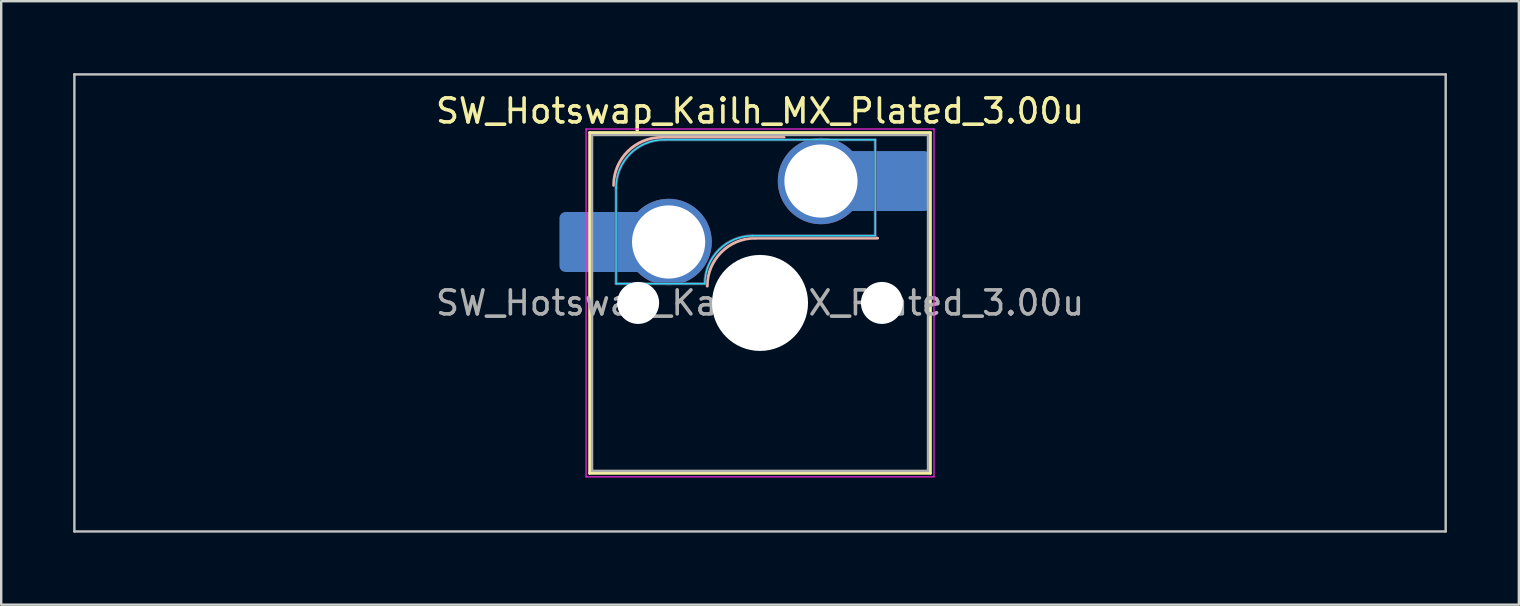
<source format=kicad_pcb>
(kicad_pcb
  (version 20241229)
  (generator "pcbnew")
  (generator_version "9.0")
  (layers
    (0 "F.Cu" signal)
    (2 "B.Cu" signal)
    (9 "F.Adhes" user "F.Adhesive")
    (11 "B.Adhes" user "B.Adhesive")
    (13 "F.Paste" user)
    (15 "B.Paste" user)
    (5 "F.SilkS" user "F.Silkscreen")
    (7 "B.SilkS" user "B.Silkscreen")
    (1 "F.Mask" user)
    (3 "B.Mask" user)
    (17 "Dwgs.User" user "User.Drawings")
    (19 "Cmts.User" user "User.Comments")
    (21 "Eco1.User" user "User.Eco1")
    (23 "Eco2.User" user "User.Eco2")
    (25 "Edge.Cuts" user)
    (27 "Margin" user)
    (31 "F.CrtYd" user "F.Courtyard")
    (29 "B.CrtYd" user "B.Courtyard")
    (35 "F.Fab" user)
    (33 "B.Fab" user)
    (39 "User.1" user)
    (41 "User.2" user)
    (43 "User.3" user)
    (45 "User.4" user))
  (footprint "SW_Hotswap_Kailh_MX_Plated_3.00u"
    (layer "F.Cu")
    (at 28.625 9.575)
    (property "Reference" "SW_Hotswap_Kailh_MX_Plated_3.00u" (at 0 -8 0) (layer "F.SilkS") (effects (font (size 1 1) (thickness 0.15))))
    (attr smd)
    (fp_line (start -7.1 -7.1) (end -7.1 7.1) (stroke (width 0.12) (type solid)) (layer "F.SilkS"))
    (fp_line (start -7.1 7.1) (end 7.1 7.1) (stroke (width 0.12) (type solid)) (layer "F.SilkS"))
    (fp_line (start 7.1 -7.1) (end -7.1 -7.1) (stroke (width 0.12) (type solid)) (layer "F.SilkS"))
    (fp_line (start 7.1 7.1) (end 7.1 -7.1) (stroke (width 0.12) (type solid)) (layer "F.SilkS"))
    (fp_line (start -4.1 -6.9) (end 1 -6.9) (stroke (width 0.12) (type solid)) (layer "B.SilkS"))
    (fp_line (start -0.2 -2.7) (end 4.9 -2.7) (stroke (width 0.12) (type solid)) (layer "B.SilkS"))
    (fp_arc (start -6.1 -4.9) (mid -5.514214 -6.314214) (end -4.1 -6.9) (stroke (width 0.12) (type solid)) (layer "B.SilkS"))
    (fp_arc (start -2.2 -0.7) (mid -1.614214 -2.114214) (end -0.2 -2.7) (stroke (width 0.12) (type solid)) (layer "B.SilkS"))
    (fp_line (start -28.575 -9.525) (end -28.575 9.525) (stroke (width 0.1) (type solid)) (layer "Dwgs.User"))
    (fp_line (start -28.575 9.525) (end 28.575 9.525) (stroke (width 0.1) (type solid)) (layer "Dwgs.User"))
    (fp_line (start 28.575 -9.525) (end -28.575 -9.525) (stroke (width 0.1) (type solid)) (layer "Dwgs.User"))
    (fp_line (start 28.575 9.525) (end 28.575 -9.525) (stroke (width 0.1) (type solid)) (layer "Dwgs.User"))
    (fp_line (start -7.8 -6) (end -7 -6) (stroke (width 0.1) (type solid)) (layer "Eco1.User"))
    (fp_line (start -7.8 -2.9) (end -7.8 -6) (stroke (width 0.1) (type solid)) (layer "Eco1.User"))
    (fp_line (start -7.8 2.9) (end -7 2.9) (stroke (width 0.1) (type solid)) (layer "Eco1.User"))
    (fp_line (start -7.8 6) (end -7.8 2.9) (stroke (width 0.1) (type solid)) (layer "Eco1.User"))
    (fp_line (start -7 -7) (end 7 -7) (stroke (width 0.1) (type solid)) (layer "Eco1.User"))
    (fp_line (start -7 -6) (end -7 -7) (stroke (width 0.1) (type solid)) (layer "Eco1.User"))
    (fp_line (start -7 -2.9) (end -7.8 -2.9) (stroke (width 0.1) (type solid)) (layer "Eco1.User"))
    (fp_line (start -7 2.9) (end -7 -2.9) (stroke (width 0.1) (type solid)) (layer "Eco1.User"))
    (fp_line (start -7 6) (end -7.8 6) (stroke (width 0.1) (type solid)) (layer "Eco1.User"))
    (fp_line (start -7 7) (end -7 6) (stroke (width 0.1) (type solid)) (layer "Eco1.User"))
    (fp_line (start 7 -7) (end 7 -6) (stroke (width 0.1) (type solid)) (layer "Eco1.User"))
    (fp_line (start 7 -6) (end 7.8 -6) (stroke (width 0.1) (type solid)) (layer "Eco1.User"))
    (fp_line (start 7 -2.9) (end 7 2.9) (stroke (width 0.1) (type solid)) (layer "Eco1.User"))
    (fp_line (start 7 2.9) (end 7.8 2.9) (stroke (width 0.1) (type solid)) (layer "Eco1.User"))
    (fp_line (start 7 6) (end 7 7) (stroke (width 0.1) (type solid)) (layer "Eco1.User"))
    (fp_line (start 7 7) (end -7 7) (stroke (width 0.1) (type solid)) (layer "Eco1.User"))
    (fp_line (start 7.8 -6) (end 7.8 -2.9) (stroke (width 0.1) (type solid)) (layer "Eco1.User"))
    (fp_line (start 7.8 -2.9) (end 7 -2.9) (stroke (width 0.1) (type solid)) (layer "Eco1.User"))
    (fp_line (start 7.8 2.9) (end 7.8 6) (stroke (width 0.1) (type solid)) (layer "Eco1.User"))
    (fp_line (start 7.8 6) (end 7 6) (stroke (width 0.1) (type solid)) (layer "Eco1.User"))
    (fp_line (start -6 -0.8) (end -6 -4.8) (stroke (width 0.05) (type solid)) (layer "B.CrtYd"))
    (fp_line (start -6 -0.8) (end -2.3 -0.8) (stroke (width 0.05) (type solid)) (layer "B.CrtYd"))
    (fp_line (start -4 -6.8) (end 4.8 -6.8) (stroke (width 0.05) (type solid)) (layer "B.CrtYd"))
    (fp_line (start -0.3 -2.8) (end 4.8 -2.8) (stroke (width 0.05) (type solid)) (layer "B.CrtYd"))
    (fp_line (start 4.8 -6.8) (end 4.8 -2.8) (stroke (width 0.05) (type solid)) (layer "B.CrtYd"))
    (fp_arc (start -6 -4.8) (mid -5.414214 -6.214214) (end -4 -6.8) (stroke (width 0.05) (type solid)) (layer "B.CrtYd"))
    (fp_arc (start -2.3 -0.8) (mid -1.714214 -2.214214) (end -0.3 -2.8) (stroke (width 0.05) (type solid)) (layer "B.CrtYd"))
    (fp_line (start -7.25 -7.25) (end -7.25 7.25) (stroke (width 0.05) (type solid)) (layer "F.CrtYd"))
    (fp_line (start -7.25 7.25) (end 7.25 7.25) (stroke (width 0.05) (type solid)) (layer "F.CrtYd"))
    (fp_line (start 7.25 -7.25) (end -7.25 -7.25) (stroke (width 0.05) (type solid)) (layer "F.CrtYd"))
    (fp_line (start 7.25 7.25) (end 7.25 -7.25) (stroke (width 0.05) (type solid)) (layer "F.CrtYd"))
    (fp_line (start -6 -0.8) (end -6 -4.8) (stroke (width 0.12) (type solid)) (layer "B.Fab"))
    (fp_line (start -6 -0.8) (end -2.3 -0.8) (stroke (width 0.12) (type solid)) (layer "B.Fab"))
    (fp_line (start -4 -6.8) (end 4.8 -6.8) (stroke (width 0.12) (type solid)) (layer "B.Fab"))
    (fp_line (start -0.3 -2.8) (end 4.8 -2.8) (stroke (width 0.12) (type solid)) (layer "B.Fab"))
    (fp_line (start 4.8 -6.8) (end 4.8 -2.8) (stroke (width 0.12) (type solid)) (layer "B.Fab"))
    (fp_arc (start -6 -4.8) (mid -5.414214 -6.214214) (end -4 -6.8) (stroke (width 0.12) (type solid)) (layer "B.Fab"))
    (fp_arc (start -2.3 -0.8) (mid -1.714214 -2.214214) (end -0.3 -2.8) (stroke (width 0.12) (type solid)) (layer "B.Fab"))
    (fp_line (start -7 -7) (end -7 7) (stroke (width 0.1) (type solid)) (layer "F.Fab"))
    (fp_line (start -7 7) (end 7 7) (stroke (width 0.1) (type solid)) (layer "F.Fab"))
    (fp_line (start 7 -7) (end -7 -7) (stroke (width 0.1) (type solid)) (layer "F.Fab"))
    (fp_line (start 7 7) (end 7 -7) (stroke (width 0.1) (type solid)) (layer "F.Fab"))
    (fp_text user "${REFERENCE}" (at 0 0 0) (layer "F.Fab") (effects (font (size 1 1) (thickness 0.15))))
    (pad "" smd roundrect (at -7.085 -2.54) (size 2.55 2.5) (layers "B.Mask" "B.Paste") (roundrect_rratio 0.1))
    (pad "" np_thru_hole circle (at -5.08 0) (size 1.75 1.75) (drill 1.75) (layers "*.Cu" "*.Mask"))
    (pad "" np_thru_hole circle (at 0 0) (size 4 4) (drill 4) (layers "*.Cu" "*.Mask"))
    (pad "" np_thru_hole circle (at 5.08 0) (size 1.75 1.75) (drill 1.75) (layers "*.Cu" "*.Mask"))
    (pad "" smd roundrect (at 5.842 -5.08) (size 2.55 2.5) (layers "B.Mask" "B.Paste") (roundrect_rratio 0.1))
    (pad "1" smd roundrect (at -6.585 -2.54) (size 3.55 2.5) (layers "B.Cu") (roundrect_rratio 0.1))
    (pad "1" thru_hole circle (at -3.81 -2.54) (size 3.6 3.6) (drill 3.05) (layers "*.Cu" "*.Mask"))
    (pad "2" thru_hole circle (at 2.54 -5.08) (size 3.6 3.6) (drill 3.05) (layers "*.Cu" "*.Mask"))
    (pad "2" smd roundrect (at 5.32 -5.08) (size 3.55 2.5) (layers "B.Cu") (roundrect_rratio 0.1)))
  (gr_rect
    (start -3 -3)
    (end 60.25 22.15)
    (stroke (width 0.1) (type default))
    (fill no)
    (layer "Edge.Cuts")))
</source>
